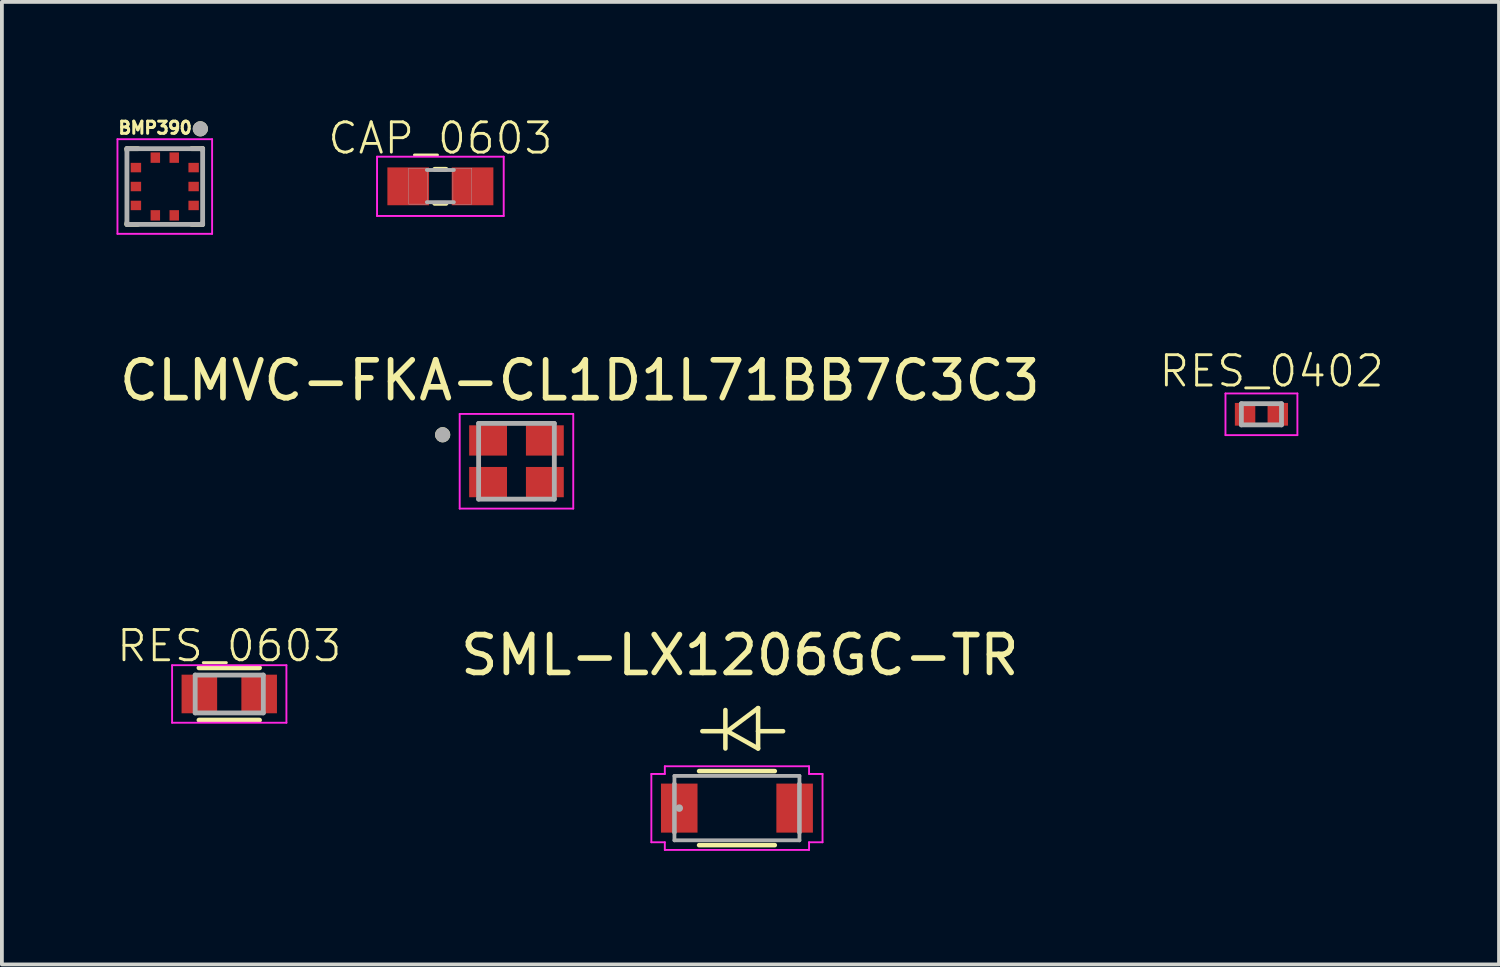
<source format=kicad_pcb>
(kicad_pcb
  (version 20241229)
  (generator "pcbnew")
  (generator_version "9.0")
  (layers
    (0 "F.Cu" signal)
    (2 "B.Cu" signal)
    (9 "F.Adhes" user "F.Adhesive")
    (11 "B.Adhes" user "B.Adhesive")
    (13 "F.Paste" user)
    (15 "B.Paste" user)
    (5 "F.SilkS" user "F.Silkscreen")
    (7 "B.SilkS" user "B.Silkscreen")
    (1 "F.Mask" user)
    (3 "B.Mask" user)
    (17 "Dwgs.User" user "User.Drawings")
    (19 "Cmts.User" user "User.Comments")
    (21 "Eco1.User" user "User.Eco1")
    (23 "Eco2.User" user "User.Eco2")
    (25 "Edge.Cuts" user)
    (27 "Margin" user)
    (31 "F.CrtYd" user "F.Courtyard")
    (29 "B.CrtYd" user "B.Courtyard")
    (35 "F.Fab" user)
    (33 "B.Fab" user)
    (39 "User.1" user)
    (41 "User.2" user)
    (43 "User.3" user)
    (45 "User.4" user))
  (footprint "RES_0402"
    (layer "F.Cu")
    (at 30.272 7.894)
    (property "Reference" "RES_0402" (at 0.27 -1.14 0) (layer "F.SilkS") (effects (font (size 0.8 0.8) (thickness 0.076))))
    (attr smd)
    (fp_line (start -0.95 -0.55) (end 0.95 -0.55) (stroke (width 0.05) (type solid)) (layer "F.CrtYd"))
    (fp_line (start -0.95 0.55) (end -0.95 -0.55) (stroke (width 0.05) (type solid)) (layer "F.CrtYd"))
    (fp_line (start -0.95 0.55) (end 0.95 0.55) (stroke (width 0.05) (type solid)) (layer "F.CrtYd"))
    (fp_line (start 0.95 0.55) (end 0.95 -0.55) (stroke (width 0.05) (type solid)) (layer "F.CrtYd"))
    (fp_line (start -0.53 0.28) (end -0.53 -0.28) (stroke (width 0.127) (type solid)) (layer "F.Fab"))
    (fp_line (start 0.53 -0.28) (end -0.53 -0.28) (stroke (width 0.127) (type solid)) (layer "F.Fab"))
    (fp_line (start 0.53 0.28) (end -0.53 0.28) (stroke (width 0.127) (type solid)) (layer "F.Fab"))
    (fp_line (start 0.53 0.28) (end 0.53 -0.28) (stroke (width 0.127) (type solid)) (layer "F.Fab"))
    (pad "1" smd rect (at -0.432 0) (size 0.54 0.6) (layers "F.Cu" "F.Mask" "F.Paste"))
    (pad "2" smd rect (at 0.432 0) (size 0.54 0.6) (layers "F.Cu" "F.Mask" "F.Paste")))
  (footprint "CLMVC-FKA-CL1D1L71BB7C3C3"
    (layer "F.Cu")
    (at 10.593 9.135)
    (property "Reference" "CLMVC-FKA-CL1D1L71BB7C3C3" (at 1.675 -2.135 0) (layer "F.SilkS") (effects (font (size 1 1) (thickness 0.15))))
    (attr through_hole)
    (fp_circle (center -1.95 -0.7) (end -1.85 -0.7) (stroke (width 0.2) (type solid)) (fill no) (layer "F.SilkS"))
    (fp_line (start -1.5 -1.25) (end -1.5 1.25) (stroke (width 0.05) (type solid)) (layer "F.CrtYd"))
    (fp_line (start -1.5 1.25) (end 1.5 1.25) (stroke (width 0.05) (type solid)) (layer "F.CrtYd"))
    (fp_line (start 1.5 -1.25) (end -1.5 -1.25) (stroke (width 0.05) (type solid)) (layer "F.CrtYd"))
    (fp_line (start 1.5 1.25) (end 1.5 -1.25) (stroke (width 0.05) (type solid)) (layer "F.CrtYd"))
    (fp_line (start -1 -1) (end -1 1) (stroke (width 0.127) (type solid)) (layer "F.Fab"))
    (fp_line (start -1 1) (end 1 1) (stroke (width 0.127) (type solid)) (layer "F.Fab"))
    (fp_line (start 1 -1) (end -1 -1) (stroke (width 0.127) (type solid)) (layer "F.Fab"))
    (fp_line (start 1 1) (end 1 -1) (stroke (width 0.127) (type solid)) (layer "F.Fab"))
    (fp_circle (center -1.95 -0.7) (end -1.85 -0.7) (stroke (width 0.2) (type solid)) (fill no) (layer "F.Fab"))
    (pad "1" smd rect (at -0.75 -0.55 270) (size 0.8 1) (layers "F.Cu" "F.Mask" "F.Paste"))
    (pad "2" smd rect (at 0.75 -0.55 270) (size 0.8 1) (layers "F.Cu" "F.Mask" "F.Paste"))
    (pad "3" smd rect (at 0.75 0.55 270) (size 0.8 1) (layers "F.Cu" "F.Mask" "F.Paste"))
    (pad "4" smd rect (at -0.75 0.55 270) (size 0.8 1) (layers "F.Cu" "F.Mask" "F.Paste")))
  (footprint "RES_0603"
    (layer "F.Cu")
    (at 3.006 15.282)
    (property "Reference" "RES_0603" (at 0 -1.27 0) (layer "F.SilkS") (effects (font (size 0.8 0.8) (thickness 0.076))))
    (attr through_hole)
    (fp_line (start -0.8 -0.69) (end 0.8 -0.69) (stroke (width 0.127) (type solid)) (layer "F.SilkS"))
    (fp_line (start -0.8 0.69) (end 0.8 0.69) (stroke (width 0.127) (type solid)) (layer "F.SilkS"))
    (fp_line (start -1.51 -0.76) (end 1.51 -0.76) (stroke (width 0.05) (type solid)) (layer "F.CrtYd"))
    (fp_line (start -1.51 0.76) (end -1.51 -0.76) (stroke (width 0.05) (type solid)) (layer "F.CrtYd"))
    (fp_line (start 1.51 -0.76) (end 1.51 0.76) (stroke (width 0.05) (type solid)) (layer "F.CrtYd"))
    (fp_line (start 1.51 0.76) (end -1.51 0.76) (stroke (width 0.05) (type solid)) (layer "F.CrtYd"))
    (fp_line (start -0.9 -0.5) (end -0.9 0.5) (stroke (width 0.127) (type solid)) (layer "F.Fab"))
    (fp_line (start -0.9 -0.5) (end 0.9 -0.5) (stroke (width 0.127) (type solid)) (layer "F.Fab"))
    (fp_line (start -0.9 0.5) (end 0.9 0.5) (stroke (width 0.127) (type solid)) (layer "F.Fab"))
    (fp_line (start 0.9 -0.5) (end 0.9 0.5) (stroke (width 0.127) (type solid)) (layer "F.Fab"))
    (pad "1" smd rect (at -0.79 0) (size 0.94 1.02) (layers "F.Cu" "F.Mask" "F.Paste"))
    (pad "2" smd rect (at 0.79 0) (size 0.94 1.02) (layers "F.Cu" "F.Mask" "F.Paste")))
  (footprint "SML-LX1206GC-TR"
    (layer "F.Cu")
    (at 16.417 18.297)
    (property "Reference" "SML-LX1206GC-TR" (at 0.076 -4.039 0) (layer "F.SilkS") (effects (font (size 1 1) (thickness 0.15))))
    (attr through_hole)
    (fp_line (start -1 0.978) (end 1 0.978) (stroke (width 0.12) (type solid)) (layer "F.SilkS"))
    (fp_line (start -0.305 -2.591) (end -0.305 -1.575) (stroke (width 0.12) (type solid)) (layer "F.SilkS"))
    (fp_line (start -0.254 -2.032) (end -0.914 -2.032) (stroke (width 0.12) (type solid)) (layer "F.SilkS"))
    (fp_line (start 0.559 -2.642) (end -0.254 -2.032) (stroke (width 0.12) (type solid)) (layer "F.SilkS"))
    (fp_line (start 0.559 -2.032) (end 0.559 -2.642) (stroke (width 0.12) (type solid)) (layer "F.SilkS"))
    (fp_line (start 0.559 -2.032) (end 0.559 -1.575) (stroke (width 0.12) (type solid)) (layer "F.SilkS"))
    (fp_line (start 0.559 -1.575) (end -0.254 -2.032) (stroke (width 0.12) (type solid)) (layer "F.SilkS"))
    (fp_line (start 1 -0.978) (end -1 -0.978) (stroke (width 0.12) (type solid)) (layer "F.SilkS"))
    (fp_line (start 1.219 -2.032) (end 0.559 -2.032) (stroke (width 0.12) (type solid)) (layer "F.SilkS"))
    (fp_line (start -2.261 -0.902) (end -1.905 -0.902) (stroke (width 0.05) (type solid)) (layer "F.CrtYd"))
    (fp_line (start -2.261 0.902) (end -2.261 -0.902) (stroke (width 0.05) (type solid)) (layer "F.CrtYd"))
    (fp_line (start -1.905 -1.105) (end 1.905 -1.105) (stroke (width 0.05) (type solid)) (layer "F.CrtYd"))
    (fp_line (start -1.905 -0.902) (end -1.905 -1.105) (stroke (width 0.05) (type solid)) (layer "F.CrtYd"))
    (fp_line (start -1.905 0.902) (end -2.261 0.902) (stroke (width 0.05) (type solid)) (layer "F.CrtYd"))
    (fp_line (start -1.905 1.105) (end -1.905 0.902) (stroke (width 0.05) (type solid)) (layer "F.CrtYd"))
    (fp_line (start 1.905 -1.105) (end 1.905 -0.902) (stroke (width 0.05) (type solid)) (layer "F.CrtYd"))
    (fp_line (start 1.905 -0.902) (end 2.261 -0.902) (stroke (width 0.05) (type solid)) (layer "F.CrtYd"))
    (fp_line (start 1.905 0.902) (end 1.905 1.105) (stroke (width 0.05) (type solid)) (layer "F.CrtYd"))
    (fp_line (start 1.905 1.105) (end -1.905 1.105) (stroke (width 0.05) (type solid)) (layer "F.CrtYd"))
    (fp_line (start 2.261 -0.902) (end 2.261 0.902) (stroke (width 0.05) (type solid)) (layer "F.CrtYd"))
    (fp_line (start 2.261 0.902) (end 1.905 0.902) (stroke (width 0.05) (type solid)) (layer "F.CrtYd"))
    (fp_line (start -1.651 -0.851) (end -1.651 0.851) (stroke (width 0.1) (type solid)) (layer "F.Fab"))
    (fp_line (start -1.651 -0.648) (end -1.651 -0.648) (stroke (width 0.1) (type solid)) (layer "F.Fab"))
    (fp_line (start -1.651 -0.648) (end -1.651 0.648) (stroke (width 0.1) (type solid)) (layer "F.Fab"))
    (fp_line (start -1.651 0.648) (end -1.651 -0.648) (stroke (width 0.1) (type solid)) (layer "F.Fab"))
    (fp_line (start -1.651 0.648) (end -1.651 0.648) (stroke (width 0.1) (type solid)) (layer "F.Fab"))
    (fp_line (start -1.651 0.851) (end 1.651 0.851) (stroke (width 0.1) (type solid)) (layer "F.Fab"))
    (fp_line (start 1.651 -0.851) (end -1.651 -0.851) (stroke (width 0.1) (type solid)) (layer "F.Fab"))
    (fp_line (start 1.651 -0.648) (end 1.651 -0.648) (stroke (width 0.1) (type solid)) (layer "F.Fab"))
    (fp_line (start 1.651 -0.648) (end 1.651 0.648) (stroke (width 0.1) (type solid)) (layer "F.Fab"))
    (fp_line (start 1.651 0.648) (end 1.651 -0.648) (stroke (width 0.1) (type solid)) (layer "F.Fab"))
    (fp_line (start 1.651 0.648) (end 1.651 0.648) (stroke (width 0.1) (type solid)) (layer "F.Fab"))
    (fp_line (start 1.651 0.851) (end 1.651 -0.851) (stroke (width 0.1) (type solid)) (layer "F.Fab"))
    (fp_circle (center -1.524 0) (end -1.524 0) (stroke (width 0.1) (type solid)) (fill no) (layer "F.Fab"))
    (pad "1" smd rect (at -1.524 0) (size 0.965 1.295) (layers "F.Cu" "F.Mask" "F.Paste"))
    (pad "2" smd rect (at 1.524 0) (size 0.965 1.295) (layers "F.Cu" "F.Mask" "F.Paste")))
  (footprint "BMP390"
    (layer "F.Cu")
    (at 1.353 1.902)
    (property "Reference" "BMP390" (at -0.305 -1.575 0) (layer "F.SilkS") (effects (font (size 0.32 0.32) (thickness 0.15))))
    (attr smd)
    (fp_line (start -1.05 -1.025) (end -0.758 -1.025) (stroke (width 0.127) (type solid)) (layer "F.SilkS"))
    (fp_line (start -1.05 -0.983) (end -1.05 -1.025) (stroke (width 0.127) (type solid)) (layer "F.SilkS"))
    (fp_line (start -1.05 0.975) (end -1.05 0.932) (stroke (width 0.127) (type solid)) (layer "F.SilkS"))
    (fp_line (start -1.05 0.975) (end -0.758 0.975) (stroke (width 0.127) (type solid)) (layer "F.SilkS"))
    (fp_line (start 0.657 -1.025) (end 0.95 -1.025) (stroke (width 0.127) (type solid)) (layer "F.SilkS"))
    (fp_line (start 0.95 -1.025) (end 0.95 -0.983) (stroke (width 0.127) (type solid)) (layer "F.SilkS"))
    (fp_line (start 0.95 0.932) (end 0.95 0.975) (stroke (width 0.127) (type solid)) (layer "F.SilkS"))
    (fp_line (start 0.95 0.975) (end 0.657 0.975) (stroke (width 0.127) (type solid)) (layer "F.SilkS"))
    (fp_circle (center 0.889 -1.549) (end 0.889 -1.449) (stroke (width 0.2) (type solid)) (fill no) (layer "F.SilkS"))
    (fp_line (start -1.3 -1.275) (end -1.3 1.225) (stroke (width 0.05) (type solid)) (layer "F.CrtYd"))
    (fp_line (start -1.3 1.225) (end 1.2 1.225) (stroke (width 0.05) (type solid)) (layer "F.CrtYd"))
    (fp_line (start 1.2 -1.275) (end -1.3 -1.275) (stroke (width 0.05) (type solid)) (layer "F.CrtYd"))
    (fp_line (start 1.2 1.225) (end 1.2 -1.275) (stroke (width 0.05) (type solid)) (layer "F.CrtYd"))
    (fp_line (start -1.05 -1.025) (end 0.95 -1.025) (stroke (width 0.127) (type solid)) (layer "F.Fab"))
    (fp_line (start -1.05 0.975) (end -1.05 -1.025) (stroke (width 0.127) (type solid)) (layer "F.Fab"))
    (fp_line (start 0.95 -1.025) (end 0.95 0.975) (stroke (width 0.127) (type solid)) (layer "F.Fab"))
    (fp_line (start 0.95 0.975) (end -1.05 0.975) (stroke (width 0.127) (type solid)) (layer "F.Fab"))
    (fp_circle (center 0.889 -1.549) (end 0.889 -1.449) (stroke (width 0.2) (type solid)) (fill no) (layer "F.Fab"))
    (pad "1" smd rect (at 0.2 -0.788 270) (size 0.275 0.25) (layers "F.Cu" "F.Mask" "F.Paste"))
    (pad "2" smd rect (at -0.3 -0.788 270) (size 0.275 0.25) (layers "F.Cu" "F.Mask" "F.Paste"))
    (pad "3" smd rect (at -0.813 -0.525 270) (size 0.25 0.275) (layers "F.Cu" "F.Mask" "F.Paste"))
    (pad "4" smd rect (at -0.813 -0.025 270) (size 0.25 0.275) (layers "F.Cu" "F.Mask" "F.Paste"))
    (pad "5" smd rect (at -0.813 0.475 270) (size 0.25 0.275) (layers "F.Cu" "F.Mask" "F.Paste"))
    (pad "6" smd rect (at -0.3 0.737 270) (size 0.275 0.25) (layers "F.Cu" "F.Mask" "F.Paste"))
    (pad "7" smd rect (at 0.2 0.737 270) (size 0.275 0.25) (layers "F.Cu" "F.Mask" "F.Paste"))
    (pad "8" smd rect (at 0.712 0.475 270) (size 0.25 0.275) (layers "F.Cu" "F.Mask" "F.Paste"))
    (pad "9" smd rect (at 0.712 -0.025 270) (size 0.25 0.275) (layers "F.Cu" "F.Mask" "F.Paste"))
    (pad "10" smd rect (at 0.712 -0.525 270) (size 0.25 0.275) (layers "F.Cu" "F.Mask" "F.Paste")))
  (footprint "CAP_0603"
    (layer "F.Cu")
    (at 8.583 1.872)
    (property "Reference" "CAP_0603" (at 0 -1.27 0) (layer "F.SilkS") (effects (font (size 0.8 0.8) (thickness 0.076))))
    (attr through_hole)
    (fp_line (start -0.15 -0.45) (end 0.15 -0.45) (stroke (width 0.127) (type solid)) (layer "F.SilkS"))
    (fp_line (start -0.15 0.45) (end 0.15 0.45) (stroke (width 0.127) (type solid)) (layer "F.SilkS"))
    (fp_line (start -1.673 -0.783) (end 1.673 -0.783) (stroke (width 0.051) (type solid)) (layer "F.CrtYd"))
    (fp_line (start -1.673 0.783) (end -1.673 -0.783) (stroke (width 0.051) (type solid)) (layer "F.CrtYd"))
    (fp_line (start 1.673 -0.783) (end 1.673 0.783) (stroke (width 0.051) (type solid)) (layer "F.CrtYd"))
    (fp_line (start 1.673 0.783) (end -1.673 0.783) (stroke (width 0.051) (type solid)) (layer "F.CrtYd"))
    (fp_line (start -0.356 -0.432) (end 0.356 -0.432) (stroke (width 0.102) (type solid)) (layer "F.Fab"))
    (fp_line (start -0.356 0.419) (end 0.356 0.419) (stroke (width 0.102) (type solid)) (layer "F.Fab"))
    (fp_poly (pts (xy -0.839 -0.48) (xy -0.338 -0.48) (xy -0.338 0.47) (xy -0.839 0.47)) (stroke (width 0.01) (type solid)) (fill no) (layer "F.Fab"))
    (fp_poly (pts (xy 0.331 -0.48) (xy 0.83 -0.48) (xy 0.83 0.471) (xy 0.331 0.471)) (stroke (width 0.01) (type solid)) (fill no) (layer "F.Fab"))
    (pad "1" smd rect (at -0.85 0) (size 1.1 1) (layers "F.Cu" "F.Mask" "F.Paste"))
    (pad "2" smd rect (at 0.85 0) (size 1.1 1) (layers "F.Cu" "F.Mask" "F.Paste")))
  (gr_rect
    (start -3 -3)
    (end 36.548 22.427)
    (stroke (width 0.1) (type default))
    (fill no)
    (layer "Edge.Cuts")))
</source>
